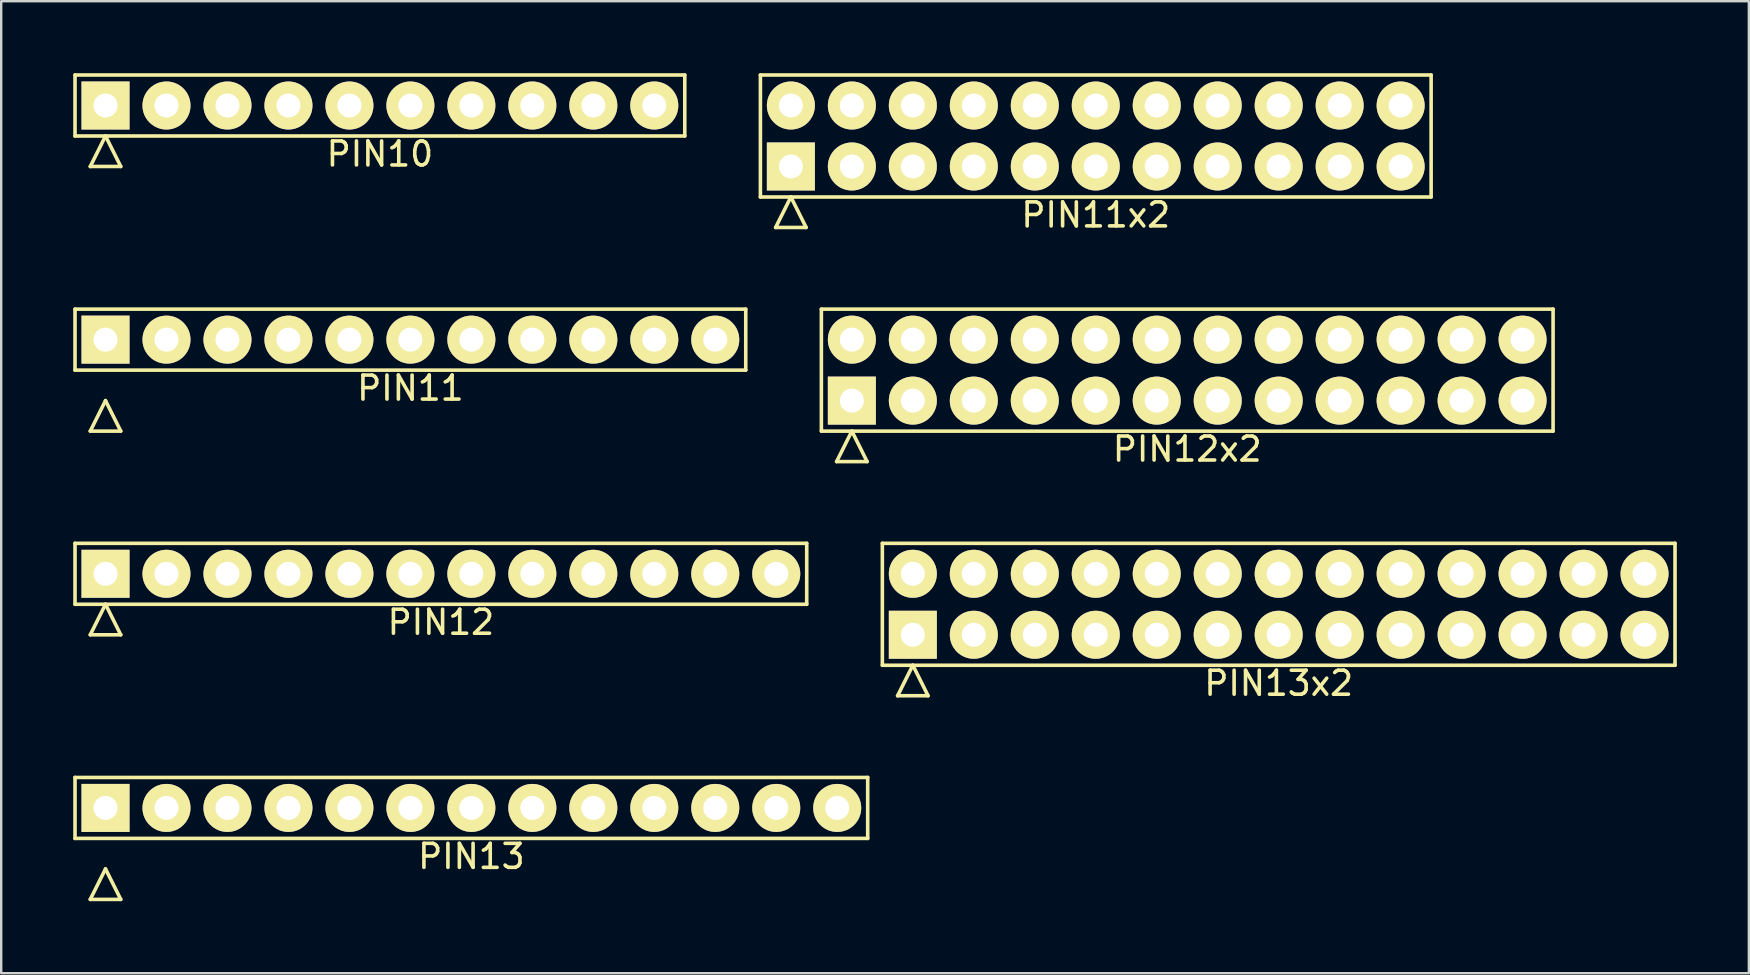
<source format=kicad_pcb>
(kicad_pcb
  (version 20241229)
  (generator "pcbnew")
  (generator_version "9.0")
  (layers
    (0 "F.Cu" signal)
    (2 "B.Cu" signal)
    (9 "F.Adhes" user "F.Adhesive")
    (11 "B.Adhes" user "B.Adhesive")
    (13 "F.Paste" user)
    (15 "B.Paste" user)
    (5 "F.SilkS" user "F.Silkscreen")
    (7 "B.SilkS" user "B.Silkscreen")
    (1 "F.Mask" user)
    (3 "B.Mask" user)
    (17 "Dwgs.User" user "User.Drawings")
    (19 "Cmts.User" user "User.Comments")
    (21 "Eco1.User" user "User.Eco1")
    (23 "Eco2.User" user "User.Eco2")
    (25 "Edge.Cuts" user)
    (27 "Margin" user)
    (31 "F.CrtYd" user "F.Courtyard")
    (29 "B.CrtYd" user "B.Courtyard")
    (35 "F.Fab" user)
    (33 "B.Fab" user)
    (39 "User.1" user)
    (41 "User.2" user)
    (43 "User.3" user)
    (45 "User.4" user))
  (footprint "PIN11x2"
    (layer "F.Cu")
    (at 42.595 2.615)
    (property "Reference" "PIN11x2" (at 0 3.29 0) (layer "F.SilkS") (effects (font (size 1 1) (thickness 0.15))))
    (attr through_hole)
    (fp_line (start -13.97 -2.54) (end -13.97 2.54) (stroke (width 0.15) (type solid)) (layer "F.SilkS"))
    (fp_line (start -13.97 2.54) (end 13.97 2.54) (stroke (width 0.15) (type solid)) (layer "F.SilkS"))
    (fp_line (start -13.335 3.81) (end -12.7 2.54) (stroke (width 0.15) (type solid)) (layer "F.SilkS"))
    (fp_line (start -13.335 3.81) (end -12.065 3.81) (stroke (width 0.15) (type solid)) (layer "F.SilkS"))
    (fp_line (start -12.065 3.81) (end -12.7 2.54) (stroke (width 0.15) (type solid)) (layer "F.SilkS"))
    (fp_line (start 13.97 -2.54) (end -13.97 -2.54) (stroke (width 0.15) (type solid)) (layer "F.SilkS"))
    (fp_line (start 13.97 2.54) (end 13.97 -2.54) (stroke (width 0.15) (type solid)) (layer "F.SilkS"))
    (pad "1" thru_hole rect (at -12.7 1.27) (size 2 2) (drill 1) (layers "*.Cu" "*.Mask" "F.SilkS"))
    (pad "2" thru_hole circle (at -12.7 -1.27) (size 2 2) (drill 1) (layers "*.Cu" "*.Mask" "F.SilkS"))
    (pad "3" thru_hole circle (at -10.16 1.27) (size 2 2) (drill 1) (layers "*.Cu" "*.Mask" "F.SilkS"))
    (pad "4" thru_hole circle (at -10.16 -1.27) (size 2 2) (drill 1) (layers "*.Cu" "*.Mask" "F.SilkS"))
    (pad "5" thru_hole circle (at -7.62 1.27) (size 2 2) (drill 1) (layers "*.Cu" "*.Mask" "F.SilkS"))
    (pad "6" thru_hole circle (at -7.62 -1.27) (size 2 2) (drill 1) (layers "*.Cu" "*.Mask" "F.SilkS"))
    (pad "7" thru_hole circle (at -5.08 1.27) (size 2 2) (drill 1) (layers "*.Cu" "*.Mask" "F.SilkS"))
    (pad "8" thru_hole circle (at -5.08 -1.27) (size 2 2) (drill 1) (layers "*.Cu" "*.Mask" "F.SilkS"))
    (pad "9" thru_hole circle (at -2.54 1.27) (size 2 2) (drill 1) (layers "*.Cu" "*.Mask" "F.SilkS"))
    (pad "10" thru_hole circle (at -2.54 -1.27) (size 2 2) (drill 1) (layers "*.Cu" "*.Mask" "F.SilkS"))
    (pad "11" thru_hole circle (at 0 1.27) (size 2 2) (drill 1) (layers "*.Cu" "*.Mask" "F.SilkS"))
    (pad "12" thru_hole circle (at 0 -1.27) (size 2 2) (drill 1) (layers "*.Cu" "*.Mask" "F.SilkS"))
    (pad "13" thru_hole circle (at 2.54 1.27) (size 2 2) (drill 1) (layers "*.Cu" "*.Mask" "F.SilkS"))
    (pad "14" thru_hole circle (at 2.54 -1.27) (size 2 2) (drill 1) (layers "*.Cu" "*.Mask" "F.SilkS"))
    (pad "15" thru_hole circle (at 5.08 1.27) (size 2 2) (drill 1) (layers "*.Cu" "*.Mask" "F.SilkS"))
    (pad "16" thru_hole circle (at 5.08 -1.27) (size 2 2) (drill 1) (layers "*.Cu" "*.Mask" "F.SilkS"))
    (pad "17" thru_hole circle (at 7.62 1.27) (size 2 2) (drill 1) (layers "*.Cu" "*.Mask" "F.SilkS"))
    (pad "18" thru_hole circle (at 7.62 -1.27) (size 2 2) (drill 1) (layers "*.Cu" "*.Mask" "F.SilkS"))
    (pad "19" thru_hole circle (at 10.16 1.27) (size 2 2) (drill 1) (layers "*.Cu" "*.Mask" "F.SilkS"))
    (pad "20" thru_hole circle (at 10.16 -1.27) (size 2 2) (drill 1) (layers "*.Cu" "*.Mask" "F.SilkS"))
    (pad "21" thru_hole circle (at 12.7 1.27) (size 2 2) (drill 1) (layers "*.Cu" "*.Mask" "F.SilkS"))
    (pad "22" thru_hole circle (at 12.7 -1.27) (size 2 2) (drill 1) (layers "*.Cu" "*.Mask" "F.SilkS")))
  (footprint "PIN12"
    (layer "F.Cu")
    (at 15.315 20.852)
    (property "Reference" "PIN12" (at 0 2.02 0) (layer "F.SilkS") (effects (font (size 1 1) (thickness 0.15))))
    (attr through_hole)
    (fp_line (start -15.24 -1.27) (end -15.24 1.27) (stroke (width 0.15) (type solid)) (layer "F.SilkS"))
    (fp_line (start -15.24 1.27) (end 15.24 1.27) (stroke (width 0.15) (type solid)) (layer "F.SilkS"))
    (fp_line (start -14.605 2.54) (end -13.97 1.27) (stroke (width 0.15) (type solid)) (layer "F.SilkS"))
    (fp_line (start -14.605 2.54) (end -13.335 2.54) (stroke (width 0.15) (type solid)) (layer "F.SilkS"))
    (fp_line (start -13.335 2.54) (end -13.97 1.27) (stroke (width 0.15) (type solid)) (layer "F.SilkS"))
    (fp_line (start 15.24 -1.27) (end -15.24 -1.27) (stroke (width 0.15) (type solid)) (layer "F.SilkS"))
    (fp_line (start 15.24 1.27) (end 15.24 -1.27) (stroke (width 0.15) (type solid)) (layer "F.SilkS"))
    (pad "1" thru_hole rect (at -13.97 0) (size 2 2) (drill 1) (layers "*.Cu" "*.Mask" "F.SilkS"))
    (pad "2" thru_hole circle (at -11.43 0) (size 2 2) (drill 1) (layers "*.Cu" "*.Mask" "F.SilkS"))
    (pad "3" thru_hole circle (at -8.89 0) (size 2 2) (drill 1) (layers "*.Cu" "*.Mask" "F.SilkS"))
    (pad "4" thru_hole circle (at -6.35 0) (size 2 2) (drill 1) (layers "*.Cu" "*.Mask" "F.SilkS"))
    (pad "5" thru_hole circle (at -3.81 0) (size 2 2) (drill 1) (layers "*.Cu" "*.Mask" "F.SilkS"))
    (pad "6" thru_hole circle (at -1.27 0) (size 2 2) (drill 1) (layers "*.Cu" "*.Mask" "F.SilkS"))
    (pad "7" thru_hole circle (at 1.27 0) (size 2 2) (drill 1) (layers "*.Cu" "*.Mask" "F.SilkS"))
    (pad "8" thru_hole circle (at 3.81 0) (size 2 2) (drill 1) (layers "*.Cu" "*.Mask" "F.SilkS"))
    (pad "9" thru_hole circle (at 6.35 0) (size 2 2) (drill 1) (layers "*.Cu" "*.Mask" "F.SilkS"))
    (pad "10" thru_hole circle (at 8.89 0) (size 2 2) (drill 1) (layers "*.Cu" "*.Mask" "F.SilkS"))
    (pad "11" thru_hole circle (at 11.43 0) (size 2 2) (drill 1) (layers "*.Cu" "*.Mask" "F.SilkS"))
    (pad "12" thru_hole circle (at 13.97 0) (size 2 2) (drill 1) (layers "*.Cu" "*.Mask" "F.SilkS")))
  (footprint "PIN13x2"
    (layer "F.Cu")
    (at 50.215 22.122)
    (property "Reference" "PIN13x2" (at 0 3.29 0) (layer "F.SilkS") (effects (font (size 1 1) (thickness 0.15))))
    (attr through_hole)
    (fp_line (start -16.51 -2.54) (end -16.51 2.54) (stroke (width 0.15) (type solid)) (layer "F.SilkS"))
    (fp_line (start -16.51 2.54) (end 16.51 2.54) (stroke (width 0.15) (type solid)) (layer "F.SilkS"))
    (fp_line (start -15.875 3.81) (end -15.24 2.54) (stroke (width 0.15) (type solid)) (layer "F.SilkS"))
    (fp_line (start -15.875 3.81) (end -14.605 3.81) (stroke (width 0.15) (type solid)) (layer "F.SilkS"))
    (fp_line (start -14.605 3.81) (end -15.24 2.54) (stroke (width 0.15) (type solid)) (layer "F.SilkS"))
    (fp_line (start 16.51 -2.54) (end -16.51 -2.54) (stroke (width 0.15) (type solid)) (layer "F.SilkS"))
    (fp_line (start 16.51 2.54) (end 16.51 -2.54) (stroke (width 0.15) (type solid)) (layer "F.SilkS"))
    (pad "1" thru_hole rect (at -15.24 1.27) (size 2 2) (drill 1) (layers "*.Cu" "*.Mask" "F.SilkS"))
    (pad "2" thru_hole circle (at -15.24 -1.27) (size 2 2) (drill 1) (layers "*.Cu" "*.Mask" "F.SilkS"))
    (pad "3" thru_hole circle (at -12.7 1.27) (size 2 2) (drill 1) (layers "*.Cu" "*.Mask" "F.SilkS"))
    (pad "4" thru_hole circle (at -12.7 -1.27) (size 2 2) (drill 1) (layers "*.Cu" "*.Mask" "F.SilkS"))
    (pad "5" thru_hole circle (at -10.16 1.27) (size 2 2) (drill 1) (layers "*.Cu" "*.Mask" "F.SilkS"))
    (pad "6" thru_hole circle (at -10.16 -1.27) (size 2 2) (drill 1) (layers "*.Cu" "*.Mask" "F.SilkS"))
    (pad "7" thru_hole circle (at -7.62 1.27) (size 2 2) (drill 1) (layers "*.Cu" "*.Mask" "F.SilkS"))
    (pad "8" thru_hole circle (at -7.62 -1.27) (size 2 2) (drill 1) (layers "*.Cu" "*.Mask" "F.SilkS"))
    (pad "9" thru_hole circle (at -5.08 1.27) (size 2 2) (drill 1) (layers "*.Cu" "*.Mask" "F.SilkS"))
    (pad "10" thru_hole circle (at -5.08 -1.27) (size 2 2) (drill 1) (layers "*.Cu" "*.Mask" "F.SilkS"))
    (pad "11" thru_hole circle (at -2.54 1.27) (size 2 2) (drill 1) (layers "*.Cu" "*.Mask" "F.SilkS"))
    (pad "12" thru_hole circle (at -2.54 -1.27) (size 2 2) (drill 1) (layers "*.Cu" "*.Mask" "F.SilkS"))
    (pad "13" thru_hole circle (at 0 1.27) (size 2 2) (drill 1) (layers "*.Cu" "*.Mask" "F.SilkS"))
    (pad "14" thru_hole circle (at 0 -1.27) (size 2 2) (drill 1) (layers "*.Cu" "*.Mask" "F.SilkS"))
    (pad "15" thru_hole circle (at 2.54 1.27) (size 2 2) (drill 1) (layers "*.Cu" "*.Mask" "F.SilkS"))
    (pad "16" thru_hole circle (at 2.54 -1.27) (size 2 2) (drill 1) (layers "*.Cu" "*.Mask" "F.SilkS"))
    (pad "17" thru_hole circle (at 5.08 1.27) (size 2 2) (drill 1) (layers "*.Cu" "*.Mask" "F.SilkS"))
    (pad "18" thru_hole circle (at 5.08 -1.27) (size 2 2) (drill 1) (layers "*.Cu" "*.Mask" "F.SilkS"))
    (pad "19" thru_hole circle (at 7.62 1.27) (size 2 2) (drill 1) (layers "*.Cu" "*.Mask" "F.SilkS"))
    (pad "20" thru_hole circle (at 7.62 -1.27) (size 2 2) (drill 1) (layers "*.Cu" "*.Mask" "F.SilkS"))
    (pad "21" thru_hole circle (at 10.16 1.27) (size 2 2) (drill 1) (layers "*.Cu" "*.Mask" "F.SilkS"))
    (pad "22" thru_hole circle (at 10.16 -1.27) (size 2 2) (drill 1) (layers "*.Cu" "*.Mask" "F.SilkS"))
    (pad "23" thru_hole circle (at 12.7 1.27) (size 2 2) (drill 1) (layers "*.Cu" "*.Mask" "F.SilkS"))
    (pad "24" thru_hole circle (at 12.7 -1.27) (size 2 2) (drill 1) (layers "*.Cu" "*.Mask" "F.SilkS"))
    (pad "25" thru_hole circle (at 15.24 1.27) (size 2 2) (drill 1) (layers "*.Cu" "*.Mask" "F.SilkS"))
    (pad "26" thru_hole circle (at 15.24 -1.27) (size 2 2) (drill 1) (layers "*.Cu" "*.Mask" "F.SilkS")))
  (footprint "PIN10"
    (layer "F.Cu")
    (at 12.775 1.345)
    (property "Reference" "PIN10" (at 0 2.02 0) (layer "F.SilkS") (effects (font (size 1 1) (thickness 0.15))))
    (attr through_hole)
    (fp_line (start -12.7 -1.27) (end -12.7 1.27) (stroke (width 0.15) (type solid)) (layer "F.SilkS"))
    (fp_line (start -12.7 1.27) (end 12.7 1.27) (stroke (width 0.15) (type solid)) (layer "F.SilkS"))
    (fp_line (start -12.065 2.54) (end -11.43 1.27) (stroke (width 0.15) (type solid)) (layer "F.SilkS"))
    (fp_line (start -12.065 2.54) (end -10.795 2.54) (stroke (width 0.15) (type solid)) (layer "F.SilkS"))
    (fp_line (start -10.795 2.54) (end -11.43 1.27) (stroke (width 0.15) (type solid)) (layer "F.SilkS"))
    (fp_line (start 12.7 -1.27) (end -12.7 -1.27) (stroke (width 0.15) (type solid)) (layer "F.SilkS"))
    (fp_line (start 12.7 1.27) (end 12.7 -1.27) (stroke (width 0.15) (type solid)) (layer "F.SilkS"))
    (pad "1" thru_hole rect (at -11.43 0) (size 2 2) (drill 1) (layers "*.Cu" "*.Mask" "F.SilkS"))
    (pad "2" thru_hole circle (at -8.89 0) (size 2 2) (drill 1) (layers "*.Cu" "*.Mask" "F.SilkS"))
    (pad "3" thru_hole circle (at -6.35 0) (size 2 2) (drill 1) (layers "*.Cu" "*.Mask" "F.SilkS"))
    (pad "4" thru_hole circle (at -3.81 0) (size 2 2) (drill 1) (layers "*.Cu" "*.Mask" "F.SilkS"))
    (pad "5" thru_hole circle (at -1.27 0) (size 2 2) (drill 1) (layers "*.Cu" "*.Mask" "F.SilkS"))
    (pad "6" thru_hole circle (at 1.27 0) (size 2 2) (drill 1) (layers "*.Cu" "*.Mask" "F.SilkS"))
    (pad "7" thru_hole circle (at 3.81 0) (size 2 2) (drill 1) (layers "*.Cu" "*.Mask" "F.SilkS"))
    (pad "8" thru_hole circle (at 6.35 0) (size 2 2) (drill 1) (layers "*.Cu" "*.Mask" "F.SilkS"))
    (pad "9" thru_hole circle (at 8.89 0) (size 2 2) (drill 1) (layers "*.Cu" "*.Mask" "F.SilkS"))
    (pad "10" thru_hole circle (at 11.43 0) (size 2 2) (drill 1) (layers "*.Cu" "*.Mask" "F.SilkS")))
  (footprint "PIN11"
    (layer "F.Cu")
    (at 14.045 11.098)
    (property "Reference" "PIN11" (at 0 2.02 0) (layer "F.SilkS") (effects (font (size 1 1) (thickness 0.15))))
    (attr through_hole)
    (fp_line (start -13.97 -1.27) (end -13.97 1.27) (stroke (width 0.15) (type solid)) (layer "F.SilkS"))
    (fp_line (start -13.97 1.27) (end 13.97 1.27) (stroke (width 0.15) (type solid)) (layer "F.SilkS"))
    (fp_line (start -13.335 3.81) (end -12.7 2.54) (stroke (width 0.15) (type solid)) (layer "F.SilkS"))
    (fp_line (start -13.335 3.81) (end -12.065 3.81) (stroke (width 0.15) (type solid)) (layer "F.SilkS"))
    (fp_line (start -12.065 3.81) (end -12.7 2.54) (stroke (width 0.15) (type solid)) (layer "F.SilkS"))
    (fp_line (start 13.97 -1.27) (end -13.97 -1.27) (stroke (width 0.15) (type solid)) (layer "F.SilkS"))
    (fp_line (start 13.97 1.27) (end 13.97 -1.27) (stroke (width 0.15) (type solid)) (layer "F.SilkS"))
    (pad "1" thru_hole rect (at -12.7 0) (size 2 2) (drill 1) (layers "*.Cu" "*.Mask" "F.SilkS"))
    (pad "2" thru_hole circle (at -10.16 0) (size 2 2) (drill 1) (layers "*.Cu" "*.Mask" "F.SilkS"))
    (pad "3" thru_hole circle (at -7.62 0) (size 2 2) (drill 1) (layers "*.Cu" "*.Mask" "F.SilkS"))
    (pad "4" thru_hole circle (at -5.08 0) (size 2 2) (drill 1) (layers "*.Cu" "*.Mask" "F.SilkS"))
    (pad "5" thru_hole circle (at -2.54 0) (size 2 2) (drill 1) (layers "*.Cu" "*.Mask" "F.SilkS"))
    (pad "6" thru_hole circle (at 0 0) (size 2 2) (drill 1) (layers "*.Cu" "*.Mask" "F.SilkS"))
    (pad "7" thru_hole circle (at 2.54 0) (size 2 2) (drill 1) (layers "*.Cu" "*.Mask" "F.SilkS"))
    (pad "8" thru_hole circle (at 5.08 0) (size 2 2) (drill 1) (layers "*.Cu" "*.Mask" "F.SilkS"))
    (pad "9" thru_hole circle (at 7.62 0) (size 2 2) (drill 1) (layers "*.Cu" "*.Mask" "F.SilkS"))
    (pad "10" thru_hole circle (at 10.16 0) (size 2 2) (drill 1) (layers "*.Cu" "*.Mask" "F.SilkS"))
    (pad "11" thru_hole circle (at 12.7 0) (size 2 2) (drill 1) (layers "*.Cu" "*.Mask" "F.SilkS")))
  (footprint "PIN13"
    (layer "F.Cu")
    (at 16.585 30.605)
    (property "Reference" "PIN13" (at 0 2.02 0) (layer "F.SilkS") (effects (font (size 1 1) (thickness 0.15))))
    (attr through_hole)
    (fp_line (start -16.51 -1.27) (end -16.51 1.27) (stroke (width 0.15) (type solid)) (layer "F.SilkS"))
    (fp_line (start -16.51 1.27) (end 16.51 1.27) (stroke (width 0.15) (type solid)) (layer "F.SilkS"))
    (fp_line (start -15.875 3.81) (end -15.24 2.54) (stroke (width 0.15) (type solid)) (layer "F.SilkS"))
    (fp_line (start -15.875 3.81) (end -14.605 3.81) (stroke (width 0.15) (type solid)) (layer "F.SilkS"))
    (fp_line (start -14.605 3.81) (end -15.24 2.54) (stroke (width 0.15) (type solid)) (layer "F.SilkS"))
    (fp_line (start 16.51 -1.27) (end -16.51 -1.27) (stroke (width 0.15) (type solid)) (layer "F.SilkS"))
    (fp_line (start 16.51 1.27) (end 16.51 -1.27) (stroke (width 0.15) (type solid)) (layer "F.SilkS"))
    (pad "1" thru_hole rect (at -15.24 0) (size 2 2) (drill 1) (layers "*.Cu" "*.Mask" "F.SilkS"))
    (pad "2" thru_hole circle (at -12.7 0) (size 2 2) (drill 1) (layers "*.Cu" "*.Mask" "F.SilkS"))
    (pad "3" thru_hole circle (at -10.16 0) (size 2 2) (drill 1) (layers "*.Cu" "*.Mask" "F.SilkS"))
    (pad "4" thru_hole circle (at -7.62 0) (size 2 2) (drill 1) (layers "*.Cu" "*.Mask" "F.SilkS"))
    (pad "5" thru_hole circle (at -5.08 0) (size 2 2) (drill 1) (layers "*.Cu" "*.Mask" "F.SilkS"))
    (pad "6" thru_hole circle (at -2.54 0) (size 2 2) (drill 1) (layers "*.Cu" "*.Mask" "F.SilkS"))
    (pad "7" thru_hole circle (at 0 0) (size 2 2) (drill 1) (layers "*.Cu" "*.Mask" "F.SilkS"))
    (pad "8" thru_hole circle (at 2.54 0) (size 2 2) (drill 1) (layers "*.Cu" "*.Mask" "F.SilkS"))
    (pad "9" thru_hole circle (at 5.08 0) (size 2 2) (drill 1) (layers "*.Cu" "*.Mask" "F.SilkS"))
    (pad "10" thru_hole circle (at 7.62 0) (size 2 2) (drill 1) (layers "*.Cu" "*.Mask" "F.SilkS"))
    (pad "11" thru_hole circle (at 10.16 0) (size 2 2) (drill 1) (layers "*.Cu" "*.Mask" "F.SilkS"))
    (pad "12" thru_hole circle (at 12.7 0) (size 2 2) (drill 1) (layers "*.Cu" "*.Mask" "F.SilkS"))
    (pad "13" thru_hole circle (at 15.24 0) (size 2 2) (drill 1) (layers "*.Cu" "*.Mask" "F.SilkS")))
  (footprint "PIN12x2"
    (layer "F.Cu")
    (at 46.405 12.368)
    (property "Reference" "PIN12x2" (at 0 3.29 0) (layer "F.SilkS") (effects (font (size 1 1) (thickness 0.15))))
    (attr through_hole)
    (fp_line (start -15.24 -2.54) (end -15.24 2.54) (stroke (width 0.15) (type solid)) (layer "F.SilkS"))
    (fp_line (start -15.24 2.54) (end 15.24 2.54) (stroke (width 0.15) (type solid)) (layer "F.SilkS"))
    (fp_line (start -14.605 3.81) (end -13.97 2.54) (stroke (width 0.15) (type solid)) (layer "F.SilkS"))
    (fp_line (start -14.605 3.81) (end -13.335 3.81) (stroke (width 0.15) (type solid)) (layer "F.SilkS"))
    (fp_line (start -13.335 3.81) (end -13.97 2.54) (stroke (width 0.15) (type solid)) (layer "F.SilkS"))
    (fp_line (start 15.24 -2.54) (end -15.24 -2.54) (stroke (width 0.15) (type solid)) (layer "F.SilkS"))
    (fp_line (start 15.24 2.54) (end 15.24 -2.54) (stroke (width 0.15) (type solid)) (layer "F.SilkS"))
    (pad "1" thru_hole rect (at -13.97 1.27) (size 2 2) (drill 1) (layers "*.Cu" "*.Mask" "F.SilkS"))
    (pad "2" thru_hole circle (at -13.97 -1.27) (size 2 2) (drill 1) (layers "*.Cu" "*.Mask" "F.SilkS"))
    (pad "3" thru_hole circle (at -11.43 1.27) (size 2 2) (drill 1) (layers "*.Cu" "*.Mask" "F.SilkS"))
    (pad "4" thru_hole circle (at -11.43 -1.27) (size 2 2) (drill 1) (layers "*.Cu" "*.Mask" "F.SilkS"))
    (pad "5" thru_hole circle (at -8.89 1.27) (size 2 2) (drill 1) (layers "*.Cu" "*.Mask" "F.SilkS"))
    (pad "6" thru_hole circle (at -8.89 -1.27) (size 2 2) (drill 1) (layers "*.Cu" "*.Mask" "F.SilkS"))
    (pad "7" thru_hole circle (at -6.35 1.27) (size 2 2) (drill 1) (layers "*.Cu" "*.Mask" "F.SilkS"))
    (pad "8" thru_hole circle (at -6.35 -1.27) (size 2 2) (drill 1) (layers "*.Cu" "*.Mask" "F.SilkS"))
    (pad "9" thru_hole circle (at -3.81 1.27) (size 2 2) (drill 1) (layers "*.Cu" "*.Mask" "F.SilkS"))
    (pad "10" thru_hole circle (at -3.81 -1.27) (size 2 2) (drill 1) (layers "*.Cu" "*.Mask" "F.SilkS"))
    (pad "11" thru_hole circle (at -1.27 1.27) (size 2 2) (drill 1) (layers "*.Cu" "*.Mask" "F.SilkS"))
    (pad "12" thru_hole circle (at -1.27 -1.27) (size 2 2) (drill 1) (layers "*.Cu" "*.Mask" "F.SilkS"))
    (pad "13" thru_hole circle (at 1.27 1.27) (size 2 2) (drill 1) (layers "*.Cu" "*.Mask" "F.SilkS"))
    (pad "14" thru_hole circle (at 1.27 -1.27) (size 2 2) (drill 1) (layers "*.Cu" "*.Mask" "F.SilkS"))
    (pad "15" thru_hole circle (at 3.81 1.27) (size 2 2) (drill 1) (layers "*.Cu" "*.Mask" "F.SilkS"))
    (pad "16" thru_hole circle (at 3.81 -1.27) (size 2 2) (drill 1) (layers "*.Cu" "*.Mask" "F.SilkS"))
    (pad "17" thru_hole circle (at 6.35 1.27) (size 2 2) (drill 1) (layers "*.Cu" "*.Mask" "F.SilkS"))
    (pad "18" thru_hole circle (at 6.35 -1.27) (size 2 2) (drill 1) (layers "*.Cu" "*.Mask" "F.SilkS"))
    (pad "19" thru_hole circle (at 8.89 1.27) (size 2 2) (drill 1) (layers "*.Cu" "*.Mask" "F.SilkS"))
    (pad "20" thru_hole circle (at 8.89 -1.27) (size 2 2) (drill 1) (layers "*.Cu" "*.Mask" "F.SilkS"))
    (pad "21" thru_hole circle (at 11.43 1.27) (size 2 2) (drill 1) (layers "*.Cu" "*.Mask" "F.SilkS"))
    (pad "22" thru_hole circle (at 11.43 -1.27) (size 2 2) (drill 1) (layers "*.Cu" "*.Mask" "F.SilkS"))
    (pad "23" thru_hole circle (at 13.97 1.27) (size 2 2) (drill 1) (layers "*.Cu" "*.Mask" "F.SilkS"))
    (pad "24" thru_hole circle (at 13.97 -1.27) (size 2 2) (drill 1) (layers "*.Cu" "*.Mask" "F.SilkS")))
  (gr_rect
    (start -3 -3)
    (end 69.8 37.49)
    (stroke (width 0.1) (type default))
    (fill no)
    (layer "Edge.Cuts")))
</source>
